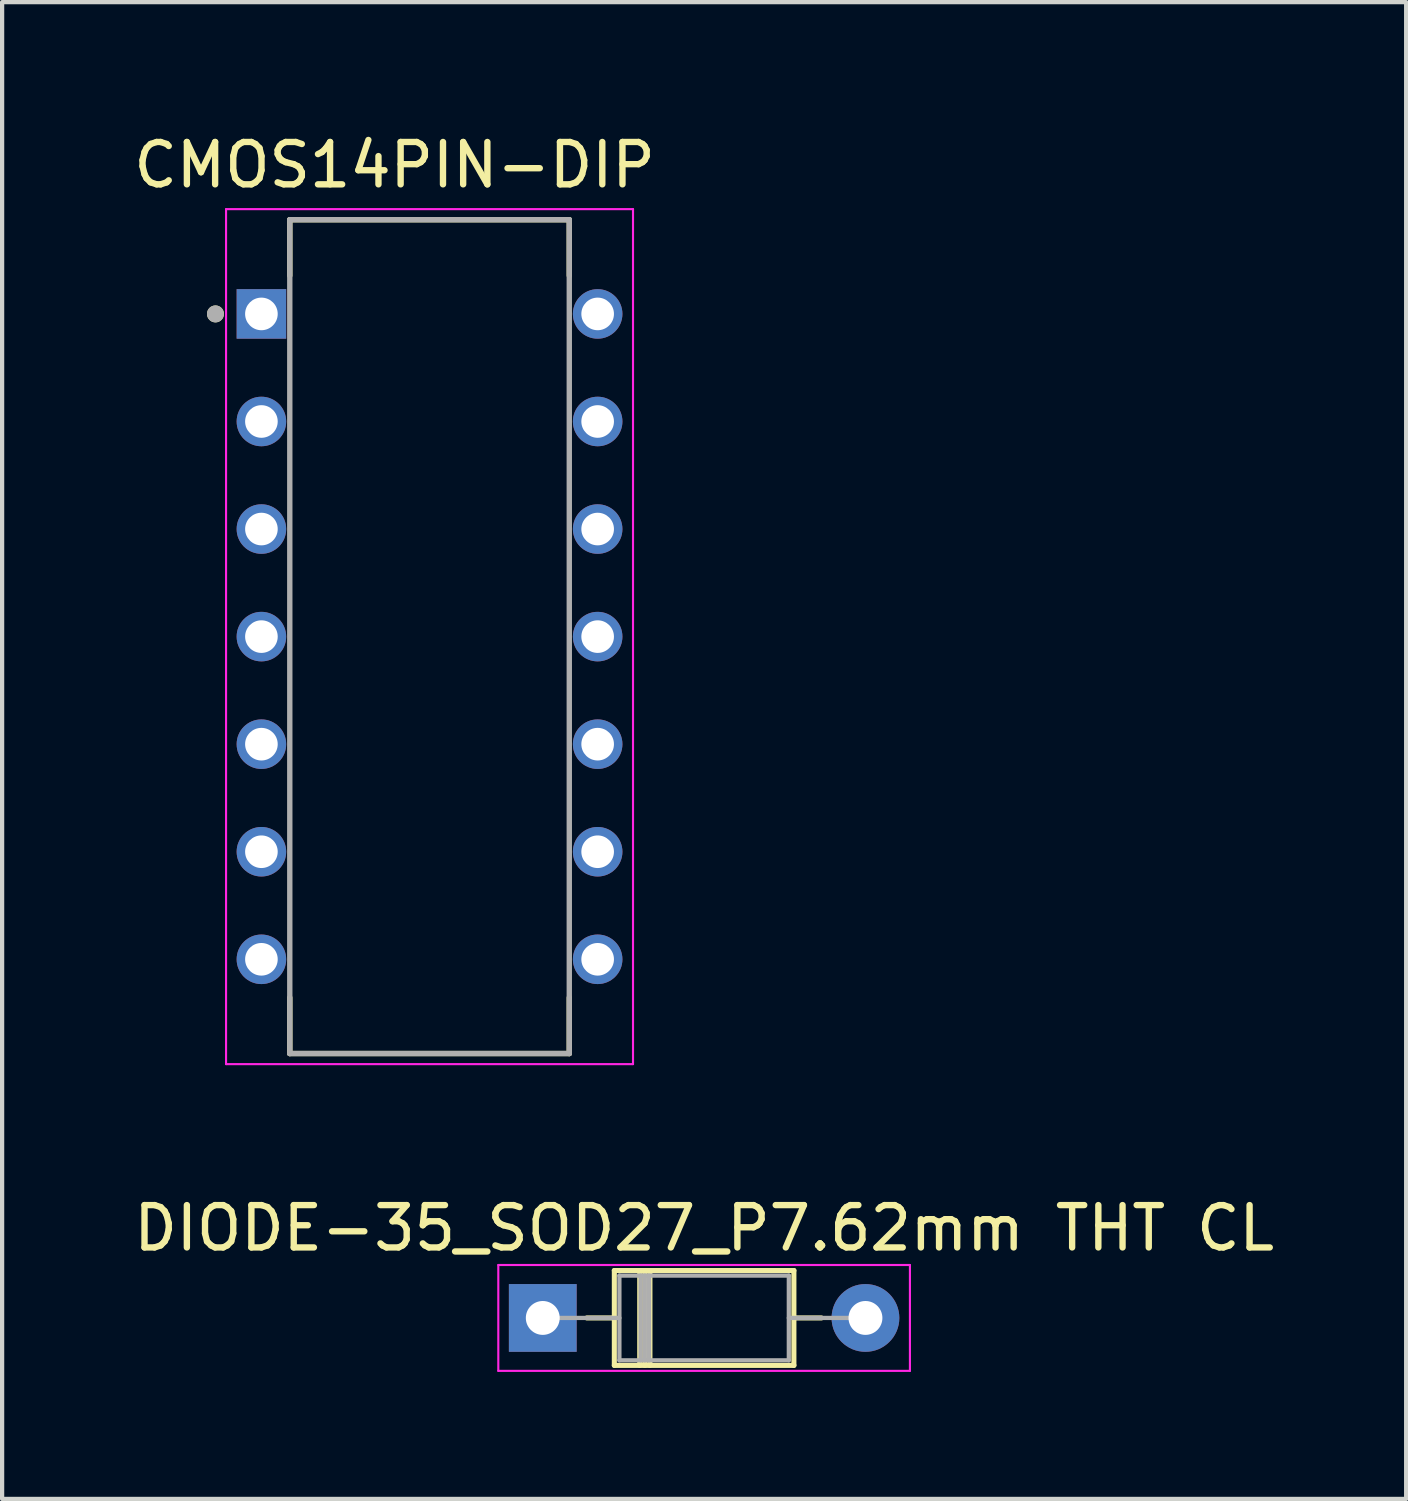
<source format=kicad_pcb>
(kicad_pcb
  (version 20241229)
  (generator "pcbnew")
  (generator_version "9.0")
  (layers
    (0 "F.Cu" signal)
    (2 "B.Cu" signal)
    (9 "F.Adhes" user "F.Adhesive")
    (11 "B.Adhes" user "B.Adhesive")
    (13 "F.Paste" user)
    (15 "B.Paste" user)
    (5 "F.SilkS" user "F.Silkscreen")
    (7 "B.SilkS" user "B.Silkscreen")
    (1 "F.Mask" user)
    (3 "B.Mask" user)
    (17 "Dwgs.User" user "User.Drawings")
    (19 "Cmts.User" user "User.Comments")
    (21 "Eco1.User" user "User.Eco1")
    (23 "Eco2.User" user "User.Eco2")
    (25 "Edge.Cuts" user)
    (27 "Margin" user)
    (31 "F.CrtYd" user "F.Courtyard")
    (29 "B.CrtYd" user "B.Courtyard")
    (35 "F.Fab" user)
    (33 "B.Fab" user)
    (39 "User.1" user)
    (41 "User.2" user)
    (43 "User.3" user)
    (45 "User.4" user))
  (footprint "CMOS14PIN-DIP"
    (layer "F.Cu")
    (at 7.093 11.983)
    (property "Reference" "CMOS14PIN-DIP" (at -0.825 -11.135 0) (layer "F.SilkS") (effects (font (size 1 1) (thickness 0.15))))
    (attr through_hole)
    (fp_line (start -3.3 -9.845) (end 3.3 -9.845) (stroke (width 0.127) (type solid)) (layer "F.SilkS"))
    (fp_line (start -3.3 -8.525) (end -3.3 -9.845) (stroke (width 0.127) (type solid)) (layer "F.SilkS"))
    (fp_line (start -3.3 9.845) (end -3.3 8.525) (stroke (width 0.127) (type solid)) (layer "F.SilkS"))
    (fp_line (start 3.3 -9.845) (end 3.3 -8.525) (stroke (width 0.127) (type solid)) (layer "F.SilkS"))
    (fp_line (start 3.3 8.525) (end 3.3 9.845) (stroke (width 0.127) (type solid)) (layer "F.SilkS"))
    (fp_line (start 3.3 9.845) (end -3.3 9.845) (stroke (width 0.127) (type solid)) (layer "F.SilkS"))
    (fp_circle (center -5.055 -7.62) (end -4.955 -7.62) (stroke (width 0.2) (type solid)) (fill no) (layer "F.SilkS"))
    (fp_line (start -4.805 -10.095) (end -4.805 10.095) (stroke (width 0.05) (type solid)) (layer "F.CrtYd"))
    (fp_line (start 4.805 -10.095) (end -4.805 -10.095) (stroke (width 0.05) (type solid)) (layer "F.CrtYd"))
    (fp_line (start 4.805 -10.095) (end 4.805 10.095) (stroke (width 0.05) (type solid)) (layer "F.CrtYd"))
    (fp_line (start 4.805 10.095) (end -4.805 10.095) (stroke (width 0.05) (type solid)) (layer "F.CrtYd"))
    (fp_line (start -3.3 -9.845) (end -3.3 9.845) (stroke (width 0.127) (type solid)) (layer "F.Fab"))
    (fp_line (start -3.3 -9.845) (end 3.3 -9.845) (stroke (width 0.127) (type solid)) (layer "F.Fab"))
    (fp_line (start -3.3 9.845) (end 3.3 9.845) (stroke (width 0.127) (type solid)) (layer "F.Fab"))
    (fp_line (start 3.3 -9.845) (end 3.3 9.845) (stroke (width 0.127) (type solid)) (layer "F.Fab"))
    (fp_circle (center -5.055 -7.62) (end -4.955 -7.62) (stroke (width 0.2) (type solid)) (fill no) (layer "F.Fab"))
    (pad "1" thru_hole rect (at -3.97 -7.62) (size 1.17 1.17) (drill 0.77) (layers "*.Cu" "*.Mask"))
    (pad "2" thru_hole circle (at -3.97 -5.08) (size 1.17 1.17) (drill 0.77) (layers "*.Cu" "*.Mask"))
    (pad "3" thru_hole circle (at -3.97 -2.54) (size 1.17 1.17) (drill 0.77) (layers "*.Cu" "*.Mask"))
    (pad "4" thru_hole circle (at -3.97 0) (size 1.17 1.17) (drill 0.77) (layers "*.Cu" "*.Mask"))
    (pad "5" thru_hole circle (at -3.97 2.54) (size 1.17 1.17) (drill 0.77) (layers "*.Cu" "*.Mask"))
    (pad "6" thru_hole circle (at -3.97 5.08) (size 1.17 1.17) (drill 0.77) (layers "*.Cu" "*.Mask"))
    (pad "7" thru_hole circle (at -3.97 7.62) (size 1.17 1.17) (drill 0.77) (layers "*.Cu" "*.Mask"))
    (pad "8" thru_hole circle (at 3.97 7.62) (size 1.17 1.17) (drill 0.77) (layers "*.Cu" "*.Mask"))
    (pad "9" thru_hole circle (at 3.97 5.08) (size 1.17 1.17) (drill 0.77) (layers "*.Cu" "*.Mask"))
    (pad "10" thru_hole circle (at 3.97 2.54) (size 1.17 1.17) (drill 0.77) (layers "*.Cu" "*.Mask"))
    (pad "11" thru_hole circle (at 3.97 0) (size 1.17 1.17) (drill 0.77) (layers "*.Cu" "*.Mask"))
    (pad "12" thru_hole circle (at 3.97 -2.54) (size 1.17 1.17) (drill 0.77) (layers "*.Cu" "*.Mask"))
    (pad "13" thru_hole circle (at 3.97 -5.08) (size 1.17 1.17) (drill 0.77) (layers "*.Cu" "*.Mask"))
    (pad "14" thru_hole circle (at 3.97 -7.62) (size 1.17 1.17) (drill 0.77) (layers "*.Cu" "*.Mask")))
  (footprint "DIODE-35_SOD27_P7.62mm THT CL"
    (layer "F.Cu")
    (at 9.767 28.072)
    (property "Reference" "DIODE-35_SOD27_P7.62mm THT CL" (at 3.81 -2.12 0) (layer "F.SilkS") (effects (font (size 1 1) (thickness 0.15))))
    (attr through_hole)
    (fp_line (start 1.04 0) (end 1.69 0) (stroke (width 0.12) (type solid)) (layer "F.SilkS"))
    (fp_line (start 1.69 -1.12) (end 1.69 1.12) (stroke (width 0.12) (type solid)) (layer "F.SilkS"))
    (fp_line (start 1.69 1.12) (end 5.93 1.12) (stroke (width 0.12) (type solid)) (layer "F.SilkS"))
    (fp_line (start 2.29 -1.12) (end 2.29 1.12) (stroke (width 0.12) (type solid)) (layer "F.SilkS"))
    (fp_line (start 2.41 -1.12) (end 2.41 1.12) (stroke (width 0.12) (type solid)) (layer "F.SilkS"))
    (fp_line (start 2.53 -1.12) (end 2.53 1.12) (stroke (width 0.12) (type solid)) (layer "F.SilkS"))
    (fp_line (start 5.93 -1.12) (end 1.69 -1.12) (stroke (width 0.12) (type solid)) (layer "F.SilkS"))
    (fp_line (start 5.93 1.12) (end 5.93 -1.12) (stroke (width 0.12) (type solid)) (layer "F.SilkS"))
    (fp_line (start 6.58 0) (end 5.93 0) (stroke (width 0.12) (type solid)) (layer "F.SilkS"))
    (fp_line (start -1.05 -1.25) (end -1.05 1.25) (stroke (width 0.05) (type solid)) (layer "F.CrtYd"))
    (fp_line (start -1.05 1.25) (end 8.67 1.25) (stroke (width 0.05) (type solid)) (layer "F.CrtYd"))
    (fp_line (start 8.67 -1.25) (end -1.05 -1.25) (stroke (width 0.05) (type solid)) (layer "F.CrtYd"))
    (fp_line (start 8.67 1.25) (end 8.67 -1.25) (stroke (width 0.05) (type solid)) (layer "F.CrtYd"))
    (fp_line (start 0 0) (end 1.81 0) (stroke (width 0.1) (type solid)) (layer "F.Fab"))
    (fp_line (start 1.81 -1) (end 1.81 1) (stroke (width 0.1) (type solid)) (layer "F.Fab"))
    (fp_line (start 1.81 1) (end 5.81 1) (stroke (width 0.1) (type solid)) (layer "F.Fab"))
    (fp_line (start 2.31 -1) (end 2.31 1) (stroke (width 0.1) (type solid)) (layer "F.Fab"))
    (fp_line (start 2.41 -1) (end 2.41 1) (stroke (width 0.1) (type solid)) (layer "F.Fab"))
    (fp_line (start 2.51 -1) (end 2.51 1) (stroke (width 0.1) (type solid)) (layer "F.Fab"))
    (fp_line (start 5.81 -1) (end 1.81 -1) (stroke (width 0.1) (type solid)) (layer "F.Fab"))
    (fp_line (start 5.81 1) (end 5.81 -1) (stroke (width 0.1) (type solid)) (layer "F.Fab"))
    (fp_line (start 7.62 0) (end 5.81 0) (stroke (width 0.1) (type solid)) (layer "F.Fab"))
    (pad "1" thru_hole rect (at 0 0) (size 1.6 1.6) (drill 0.8) (layers "*.Cu" "*.Mask"))
    (pad "2" thru_hole oval (at 7.62 0) (size 1.6 1.6) (drill 0.8) (layers "*.Cu" "*.Mask")))
  (gr_rect
    (start -3 -3)
    (end 30.155 32.346)
    (stroke (width 0.1) (type default))
    (fill no)
    (layer "Edge.Cuts")))
</source>
